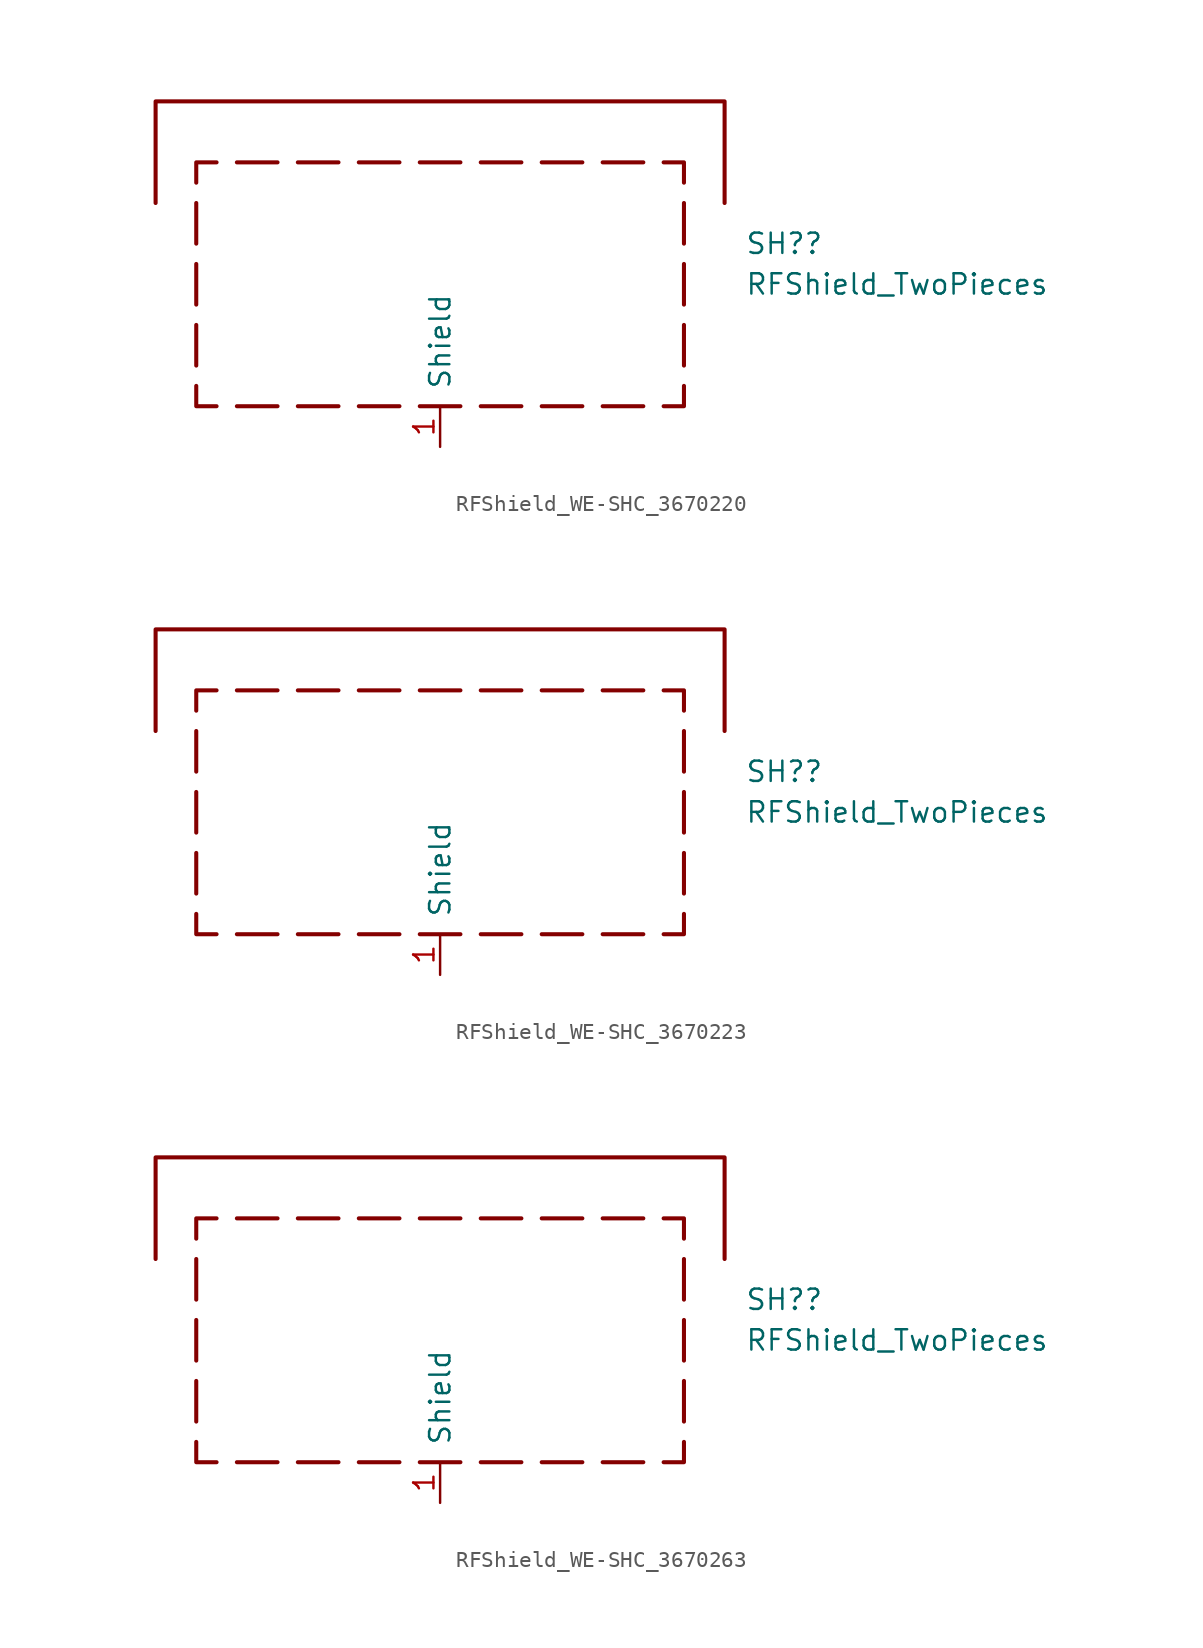
<source format=kicad_sym>
(kicad_symbol_lib
  (version 20231120)
  (generator "kicad_symbol_editor")
  (generator_version "8.0")
  (symbol "RFShield_WE-SHC_3670220"
    (pin_names
      (offset 1.016))
    (property "Reference" "SH?"
      (at 19.05 2.54 0)
      (effects (font (size 1.27 1.27)) (justify left)))
    (property "Value" "RFShield_TwoPieces"
      (at 19.05 0 0)
      (effects (font (size 1.27 1.27)) (justify left)))
    (symbol "RFShield_WE-SHC_3670220_0_1"
      (polyline (pts (xy -15.24 -5.08) (xy -15.24 -2.54)) (stroke (width 0.254) (type default)) (fill (type none)))
      (polyline (pts (xy -15.24 -1.27) (xy -15.24 1.27)) (stroke (width 0.254) (type default)) (fill (type none)))
      (polyline (pts (xy -15.24 2.54) (xy -15.24 5.08)) (stroke (width 0.254) (type default)) (fill (type none)))
      (polyline (pts (xy -12.7 7.62) (xy -10.16 7.62)) (stroke (width 0.254) (type default)) (fill (type none)))
      (polyline (pts (xy -10.16 -7.62) (xy -12.7 -7.62)) (stroke (width 0.254) (type default)) (fill (type none)))
      (polyline (pts (xy -6.35 -7.62) (xy -8.89 -7.62)) (stroke (width 0.254) (type default)) (fill (type none)))
      (polyline (pts (xy -6.35 7.62) (xy -8.89 7.62)) (stroke (width 0.254) (type default)) (fill (type none)))
      (polyline (pts (xy -2.54 -7.62) (xy -5.08 -7.62)) (stroke (width 0.254) (type default)) (fill (type none)))
      (polyline (pts (xy -2.54 7.62) (xy -5.08 7.62)) (stroke (width 0.254) (type default)) (fill (type none)))
      (polyline (pts (xy -1.27 -7.62) (xy 1.27 -7.62)) (stroke (width 0.254) (type default)) (fill (type none)))
      (polyline (pts (xy 1.27 7.62) (xy -1.27 7.62)) (stroke (width 0.254) (type default)) (fill (type none)))
      (polyline (pts (xy 2.54 -7.62) (xy 5.08 -7.62)) (stroke (width 0.254) (type default)) (fill (type none)))
      (polyline (pts (xy 5.08 7.62) (xy 2.54 7.62)) (stroke (width 0.254) (type default)) (fill (type none)))
      (polyline (pts (xy 6.35 -7.62) (xy 8.89 -7.62)) (stroke (width 0.254) (type default)) (fill (type none)))
      (polyline (pts (xy 8.89 7.62) (xy 6.35 7.62)) (stroke (width 0.254) (type default)) (fill (type none)))
      (polyline (pts (xy 10.16 -7.62) (xy 12.7 -7.62)) (stroke (width 0.254) (type default)) (fill (type none)))
      (polyline (pts (xy 12.7 7.62) (xy 10.16 7.62)) (stroke (width 0.254) (type default)) (fill (type none)))
      (polyline (pts (xy 15.24 -5.08) (xy 15.24 -2.54)) (stroke (width 0.254) (type default)) (fill (type none)))
      (polyline (pts (xy 15.24 -1.27) (xy 15.24 1.27)) (stroke (width 0.254) (type default)) (fill (type none)))
      (polyline (pts (xy 15.24 2.54) (xy 15.24 5.08)) (stroke (width 0.254) (type default)) (fill (type none)))
      (polyline (pts (xy -15.24 6.35) (xy -15.24 7.62) (xy -13.97 7.62)) (stroke (width 0.254) (type default)) (fill (type none)))
      (polyline (pts (xy -13.97 -7.62) (xy -15.24 -7.62) (xy -15.24 -6.35)) (stroke (width 0.254) (type default)) (fill (type none)))
      (polyline (pts (xy 13.97 -7.62) (xy 15.24 -7.62) (xy 15.24 -6.35)) (stroke (width 0.254) (type default)) (fill (type none)))
      (polyline (pts (xy 15.24 6.35) (xy 15.24 7.62) (xy 13.97 7.62)) (stroke (width 0.254) (type default)) (fill (type none)))
      (polyline (pts (xy -17.78 5.08) (xy -17.78 11.43) (xy 17.78 11.43) (xy 17.78 5.08)) (stroke (width 0.254) (type default)) (fill (type none))))
    (symbol "RFShield_WE-SHC_3670220_1_1"
      (pin passive line (at 0 -10.16 90) (length 2.54) (name "Shield" (effects (font (size 1.27 1.27)))) (number "1" (effects (font (size 1.27 1.27)))))))
  (symbol "RFShield_WE-SHC_3670223"
    (pin_names
      (offset 1.016))
    (property "Reference" "SH?"
      (at 19.05 2.54 0)
      (effects (font (size 1.27 1.27)) (justify left)))
    (property "Value" "RFShield_TwoPieces"
      (at 19.05 0 0)
      (effects (font (size 1.27 1.27)) (justify left)))
    (symbol "RFShield_WE-SHC_3670223_0_1"
      (polyline (pts (xy -15.24 -5.08) (xy -15.24 -2.54)) (stroke (width 0.254) (type default)) (fill (type none)))
      (polyline (pts (xy -15.24 -1.27) (xy -15.24 1.27)) (stroke (width 0.254) (type default)) (fill (type none)))
      (polyline (pts (xy -15.24 2.54) (xy -15.24 5.08)) (stroke (width 0.254) (type default)) (fill (type none)))
      (polyline (pts (xy -12.7 7.62) (xy -10.16 7.62)) (stroke (width 0.254) (type default)) (fill (type none)))
      (polyline (pts (xy -10.16 -7.62) (xy -12.7 -7.62)) (stroke (width 0.254) (type default)) (fill (type none)))
      (polyline (pts (xy -6.35 -7.62) (xy -8.89 -7.62)) (stroke (width 0.254) (type default)) (fill (type none)))
      (polyline (pts (xy -6.35 7.62) (xy -8.89 7.62)) (stroke (width 0.254) (type default)) (fill (type none)))
      (polyline (pts (xy -2.54 -7.62) (xy -5.08 -7.62)) (stroke (width 0.254) (type default)) (fill (type none)))
      (polyline (pts (xy -2.54 7.62) (xy -5.08 7.62)) (stroke (width 0.254) (type default)) (fill (type none)))
      (polyline (pts (xy -1.27 -7.62) (xy 1.27 -7.62)) (stroke (width 0.254) (type default)) (fill (type none)))
      (polyline (pts (xy 1.27 7.62) (xy -1.27 7.62)) (stroke (width 0.254) (type default)) (fill (type none)))
      (polyline (pts (xy 2.54 -7.62) (xy 5.08 -7.62)) (stroke (width 0.254) (type default)) (fill (type none)))
      (polyline (pts (xy 5.08 7.62) (xy 2.54 7.62)) (stroke (width 0.254) (type default)) (fill (type none)))
      (polyline (pts (xy 6.35 -7.62) (xy 8.89 -7.62)) (stroke (width 0.254) (type default)) (fill (type none)))
      (polyline (pts (xy 8.89 7.62) (xy 6.35 7.62)) (stroke (width 0.254) (type default)) (fill (type none)))
      (polyline (pts (xy 10.16 -7.62) (xy 12.7 -7.62)) (stroke (width 0.254) (type default)) (fill (type none)))
      (polyline (pts (xy 12.7 7.62) (xy 10.16 7.62)) (stroke (width 0.254) (type default)) (fill (type none)))
      (polyline (pts (xy 15.24 -5.08) (xy 15.24 -2.54)) (stroke (width 0.254) (type default)) (fill (type none)))
      (polyline (pts (xy 15.24 -1.27) (xy 15.24 1.27)) (stroke (width 0.254) (type default)) (fill (type none)))
      (polyline (pts (xy 15.24 2.54) (xy 15.24 5.08)) (stroke (width 0.254) (type default)) (fill (type none)))
      (polyline (pts (xy -15.24 6.35) (xy -15.24 7.62) (xy -13.97 7.62)) (stroke (width 0.254) (type default)) (fill (type none)))
      (polyline (pts (xy -13.97 -7.62) (xy -15.24 -7.62) (xy -15.24 -6.35)) (stroke (width 0.254) (type default)) (fill (type none)))
      (polyline (pts (xy 13.97 -7.62) (xy 15.24 -7.62) (xy 15.24 -6.35)) (stroke (width 0.254) (type default)) (fill (type none)))
      (polyline (pts (xy 15.24 6.35) (xy 15.24 7.62) (xy 13.97 7.62)) (stroke (width 0.254) (type default)) (fill (type none)))
      (polyline (pts (xy -17.78 5.08) (xy -17.78 11.43) (xy 17.78 11.43) (xy 17.78 5.08)) (stroke (width 0.254) (type default)) (fill (type none))))
    (symbol "RFShield_WE-SHC_3670223_1_1"
      (pin passive line (at 0 -10.16 90) (length 2.54) (name "Shield" (effects (font (size 1.27 1.27)))) (number "1" (effects (font (size 1.27 1.27)))))))
  (symbol "RFShield_WE-SHC_3670263"
    (pin_names
      (offset 1.016))
    (property "Reference" "SH?"
      (at 19.05 2.54 0)
      (effects (font (size 1.27 1.27)) (justify left)))
    (property "Value" "RFShield_TwoPieces"
      (at 19.05 0 0)
      (effects (font (size 1.27 1.27)) (justify left)))
    (symbol "RFShield_WE-SHC_3670263_0_1"
      (polyline (pts (xy -15.24 -5.08) (xy -15.24 -2.54)) (stroke (width 0.254) (type default)) (fill (type none)))
      (polyline (pts (xy -15.24 -1.27) (xy -15.24 1.27)) (stroke (width 0.254) (type default)) (fill (type none)))
      (polyline (pts (xy -15.24 2.54) (xy -15.24 5.08)) (stroke (width 0.254) (type default)) (fill (type none)))
      (polyline (pts (xy -12.7 7.62) (xy -10.16 7.62)) (stroke (width 0.254) (type default)) (fill (type none)))
      (polyline (pts (xy -10.16 -7.62) (xy -12.7 -7.62)) (stroke (width 0.254) (type default)) (fill (type none)))
      (polyline (pts (xy -6.35 -7.62) (xy -8.89 -7.62)) (stroke (width 0.254) (type default)) (fill (type none)))
      (polyline (pts (xy -6.35 7.62) (xy -8.89 7.62)) (stroke (width 0.254) (type default)) (fill (type none)))
      (polyline (pts (xy -2.54 -7.62) (xy -5.08 -7.62)) (stroke (width 0.254) (type default)) (fill (type none)))
      (polyline (pts (xy -2.54 7.62) (xy -5.08 7.62)) (stroke (width 0.254) (type default)) (fill (type none)))
      (polyline (pts (xy -1.27 -7.62) (xy 1.27 -7.62)) (stroke (width 0.254) (type default)) (fill (type none)))
      (polyline (pts (xy 1.27 7.62) (xy -1.27 7.62)) (stroke (width 0.254) (type default)) (fill (type none)))
      (polyline (pts (xy 2.54 -7.62) (xy 5.08 -7.62)) (stroke (width 0.254) (type default)) (fill (type none)))
      (polyline (pts (xy 5.08 7.62) (xy 2.54 7.62)) (stroke (width 0.254) (type default)) (fill (type none)))
      (polyline (pts (xy 6.35 -7.62) (xy 8.89 -7.62)) (stroke (width 0.254) (type default)) (fill (type none)))
      (polyline (pts (xy 8.89 7.62) (xy 6.35 7.62)) (stroke (width 0.254) (type default)) (fill (type none)))
      (polyline (pts (xy 10.16 -7.62) (xy 12.7 -7.62)) (stroke (width 0.254) (type default)) (fill (type none)))
      (polyline (pts (xy 12.7 7.62) (xy 10.16 7.62)) (stroke (width 0.254) (type default)) (fill (type none)))
      (polyline (pts (xy 15.24 -5.08) (xy 15.24 -2.54)) (stroke (width 0.254) (type default)) (fill (type none)))
      (polyline (pts (xy 15.24 -1.27) (xy 15.24 1.27)) (stroke (width 0.254) (type default)) (fill (type none)))
      (polyline (pts (xy 15.24 2.54) (xy 15.24 5.08)) (stroke (width 0.254) (type default)) (fill (type none)))
      (polyline (pts (xy -15.24 6.35) (xy -15.24 7.62) (xy -13.97 7.62)) (stroke (width 0.254) (type default)) (fill (type none)))
      (polyline (pts (xy -13.97 -7.62) (xy -15.24 -7.62) (xy -15.24 -6.35)) (stroke (width 0.254) (type default)) (fill (type none)))
      (polyline (pts (xy 13.97 -7.62) (xy 15.24 -7.62) (xy 15.24 -6.35)) (stroke (width 0.254) (type default)) (fill (type none)))
      (polyline (pts (xy 15.24 6.35) (xy 15.24 7.62) (xy 13.97 7.62)) (stroke (width 0.254) (type default)) (fill (type none)))
      (polyline (pts (xy -17.78 5.08) (xy -17.78 11.43) (xy 17.78 11.43) (xy 17.78 5.08)) (stroke (width 0.254) (type default)) (fill (type none))))
    (symbol "RFShield_WE-SHC_3670263_1_1"
      (pin passive line (at 0 -10.16 90) (length 2.54) (name "Shield" (effects (font (size 1.27 1.27)))) (number "1" (effects (font (size 1.27 1.27))))))))
</source>
